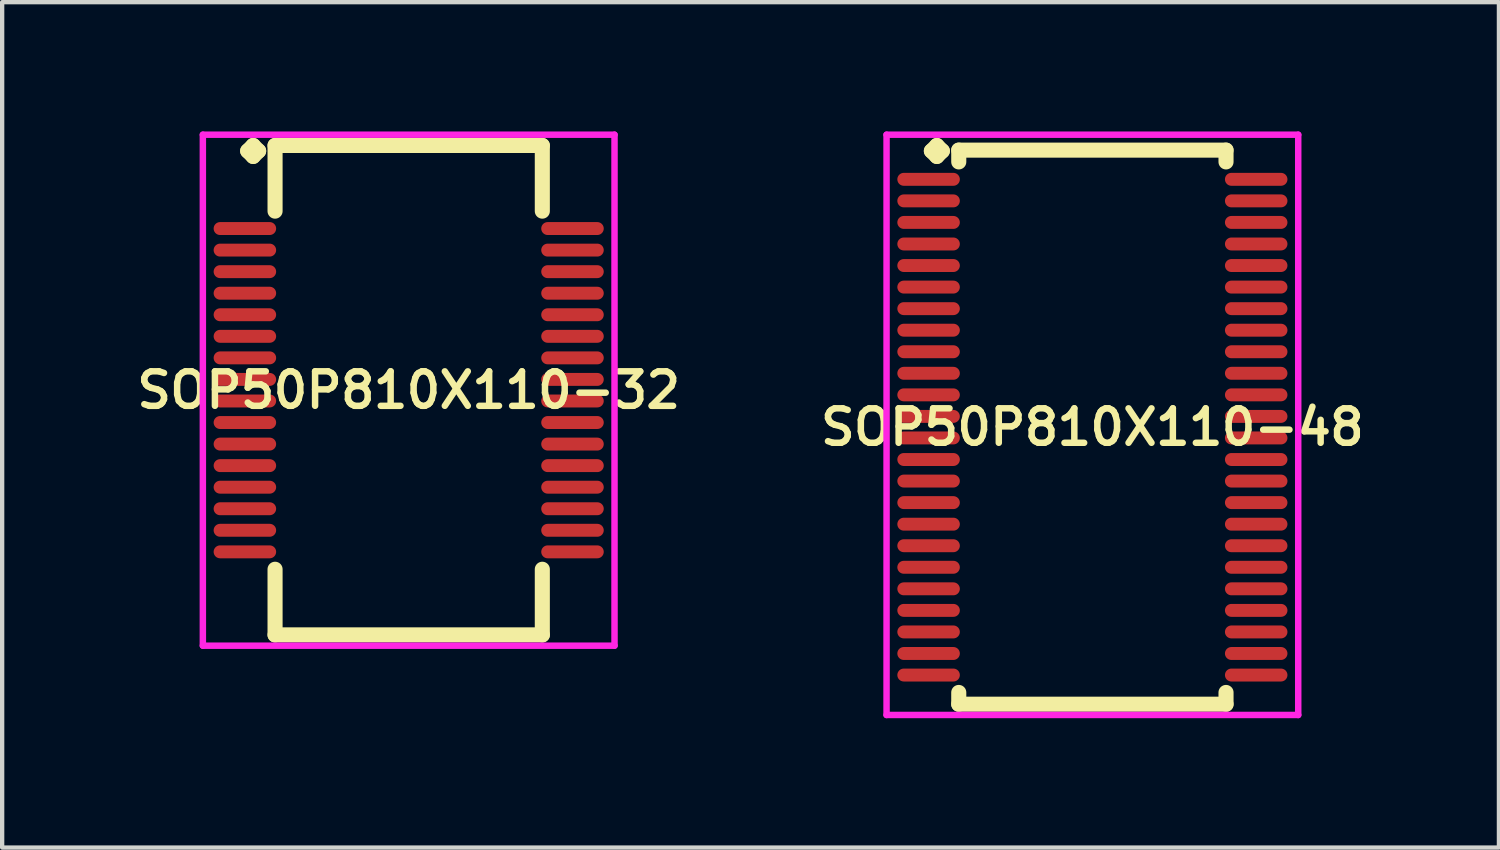
<source format=kicad_pcb>
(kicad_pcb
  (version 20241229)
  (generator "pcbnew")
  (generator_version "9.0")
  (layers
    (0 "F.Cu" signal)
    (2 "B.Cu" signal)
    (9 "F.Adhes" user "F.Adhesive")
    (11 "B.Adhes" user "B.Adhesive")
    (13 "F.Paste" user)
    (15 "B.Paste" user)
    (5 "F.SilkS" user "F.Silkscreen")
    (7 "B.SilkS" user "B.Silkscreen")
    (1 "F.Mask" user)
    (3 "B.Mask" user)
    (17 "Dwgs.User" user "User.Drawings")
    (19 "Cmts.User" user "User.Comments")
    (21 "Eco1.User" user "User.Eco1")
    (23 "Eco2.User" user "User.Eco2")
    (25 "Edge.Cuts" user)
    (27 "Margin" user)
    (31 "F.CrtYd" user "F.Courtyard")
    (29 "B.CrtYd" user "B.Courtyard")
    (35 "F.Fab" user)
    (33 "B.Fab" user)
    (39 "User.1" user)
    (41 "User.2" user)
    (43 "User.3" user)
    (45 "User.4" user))
  (footprint "SOP50P810X110-32"
    (layer "F.Cu")
    (at 6.431 6.002)
    (property "Reference" "SOP50P810X110-32" (at 0 0 0) (layer "F.SilkS") (effects (font (size 0.8 0.8) (thickness 0.15))))
    (attr smd)
    (fp_line (start -3.735 -5.55) (end -3.608 -5.677) (stroke (width 0.35) (type solid)) (layer "F.SilkS"))
    (fp_line (start -3.608 -5.677) (end -3.481 -5.55) (stroke (width 0.35) (type solid)) (layer "F.SilkS"))
    (fp_line (start -3.608 -5.423) (end -3.735 -5.55) (stroke (width 0.35) (type solid)) (layer "F.SilkS"))
    (fp_line (start -3.481 -5.55) (end -3.608 -5.423) (stroke (width 0.35) (type solid)) (layer "F.SilkS"))
    (fp_line (start -3.1 -5.677) (end 3.1 -5.677) (stroke (width 0.35) (type solid)) (layer "F.SilkS"))
    (fp_line (start -3.1 -4.154) (end -3.1 -5.677) (stroke (width 0.35) (type solid)) (layer "F.SilkS"))
    (fp_line (start -3.1 4.154) (end -3.1 5.677) (stroke (width 0.35) (type solid)) (layer "F.SilkS"))
    (fp_line (start -3.1 5.677) (end 3.1 5.677) (stroke (width 0.35) (type solid)) (layer "F.SilkS"))
    (fp_line (start 3.1 -5.677) (end 3.1 -4.154) (stroke (width 0.35) (type solid)) (layer "F.SilkS"))
    (fp_line (start 3.1 5.677) (end 3.1 4.154) (stroke (width 0.35) (type solid)) (layer "F.SilkS"))
    (fp_line (start -4.775 -5.927) (end 4.775 -5.927) (stroke (width 0.15) (type solid)) (layer "F.CrtYd"))
    (fp_line (start -4.775 5.927) (end -4.775 -5.927) (stroke (width 0.15) (type solid)) (layer "F.CrtYd"))
    (fp_line (start 4.775 -5.927) (end 4.775 5.927) (stroke (width 0.15) (type solid)) (layer "F.CrtYd"))
    (fp_line (start 4.775 5.927) (end -4.775 5.927) (stroke (width 0.15) (type solid)) (layer "F.CrtYd"))
    (pad "1" smd oval (at -3.8 -3.75) (size 1.45 0.3) (layers "F.Cu" "F.Mask" "F.Paste"))
    (pad "2" smd oval (at -3.8 -3.25) (size 1.45 0.3) (layers "F.Cu" "F.Mask" "F.Paste"))
    (pad "3" smd oval (at -3.8 -2.75) (size 1.45 0.3) (layers "F.Cu" "F.Mask" "F.Paste"))
    (pad "4" smd oval (at -3.8 -2.25) (size 1.45 0.3) (layers "F.Cu" "F.Mask" "F.Paste"))
    (pad "5" smd oval (at -3.8 -1.75) (size 1.45 0.3) (layers "F.Cu" "F.Mask" "F.Paste"))
    (pad "6" smd oval (at -3.8 -1.25) (size 1.45 0.3) (layers "F.Cu" "F.Mask" "F.Paste"))
    (pad "7" smd oval (at -3.8 -0.75) (size 1.45 0.3) (layers "F.Cu" "F.Mask" "F.Paste"))
    (pad "8" smd oval (at -3.8 -0.25) (size 1.45 0.3) (layers "F.Cu" "F.Mask" "F.Paste"))
    (pad "9" smd oval (at -3.8 0.25) (size 1.45 0.3) (layers "F.Cu" "F.Mask" "F.Paste"))
    (pad "10" smd oval (at -3.8 0.75) (size 1.45 0.3) (layers "F.Cu" "F.Mask" "F.Paste"))
    (pad "11" smd oval (at -3.8 1.25) (size 1.45 0.3) (layers "F.Cu" "F.Mask" "F.Paste"))
    (pad "12" smd oval (at -3.8 1.75) (size 1.45 0.3) (layers "F.Cu" "F.Mask" "F.Paste"))
    (pad "13" smd oval (at -3.8 2.25) (size 1.45 0.3) (layers "F.Cu" "F.Mask" "F.Paste"))
    (pad "14" smd oval (at -3.8 2.75) (size 1.45 0.3) (layers "F.Cu" "F.Mask" "F.Paste"))
    (pad "15" smd oval (at -3.8 3.25) (size 1.45 0.3) (layers "F.Cu" "F.Mask" "F.Paste"))
    (pad "16" smd oval (at -3.8 3.75) (size 1.45 0.3) (layers "F.Cu" "F.Mask" "F.Paste"))
    (pad "17" smd oval (at 3.8 3.75) (size 1.45 0.3) (layers "F.Cu" "F.Mask" "F.Paste"))
    (pad "18" smd oval (at 3.8 3.25) (size 1.45 0.3) (layers "F.Cu" "F.Mask" "F.Paste"))
    (pad "19" smd oval (at 3.8 2.75) (size 1.45 0.3) (layers "F.Cu" "F.Mask" "F.Paste"))
    (pad "20" smd oval (at 3.8 2.25) (size 1.45 0.3) (layers "F.Cu" "F.Mask" "F.Paste"))
    (pad "21" smd oval (at 3.8 1.75) (size 1.45 0.3) (layers "F.Cu" "F.Mask" "F.Paste"))
    (pad "22" smd oval (at 3.8 1.25) (size 1.45 0.3) (layers "F.Cu" "F.Mask" "F.Paste"))
    (pad "23" smd oval (at 3.8 0.75) (size 1.45 0.3) (layers "F.Cu" "F.Mask" "F.Paste"))
    (pad "24" smd oval (at 3.8 0.25) (size 1.45 0.3) (layers "F.Cu" "F.Mask" "F.Paste"))
    (pad "25" smd oval (at 3.8 -0.25) (size 1.45 0.3) (layers "F.Cu" "F.Mask" "F.Paste"))
    (pad "26" smd oval (at 3.8 -0.75) (size 1.45 0.3) (layers "F.Cu" "F.Mask" "F.Paste"))
    (pad "27" smd oval (at 3.8 -1.25) (size 1.45 0.3) (layers "F.Cu" "F.Mask" "F.Paste"))
    (pad "28" smd oval (at 3.8 -1.75) (size 1.45 0.3) (layers "F.Cu" "F.Mask" "F.Paste"))
    (pad "29" smd oval (at 3.8 -2.25) (size 1.45 0.3) (layers "F.Cu" "F.Mask" "F.Paste"))
    (pad "30" smd oval (at 3.8 -2.75) (size 1.45 0.3) (layers "F.Cu" "F.Mask" "F.Paste"))
    (pad "31" smd oval (at 3.8 -3.25) (size 1.45 0.3) (layers "F.Cu" "F.Mask" "F.Paste"))
    (pad "32" smd oval (at 3.8 -3.75) (size 1.45 0.3) (layers "F.Cu" "F.Mask" "F.Paste")))
  (footprint "SOP50P810X110-48"
    (layer "F.Cu")
    (at 22.292 6.86)
    (property "Reference" "SOP50P810X110-48" (at 0 0 0) (layer "F.SilkS") (effects (font (size 0.8 0.8) (thickness 0.15))))
    (attr smd)
    (fp_line (start -3.735 -6.408) (end -3.608 -6.535) (stroke (width 0.35) (type solid)) (layer "F.SilkS"))
    (fp_line (start -3.608 -6.535) (end -3.481 -6.408) (stroke (width 0.35) (type solid)) (layer "F.SilkS"))
    (fp_line (start -3.608 -6.281) (end -3.735 -6.408) (stroke (width 0.35) (type solid)) (layer "F.SilkS"))
    (fp_line (start -3.481 -6.408) (end -3.608 -6.281) (stroke (width 0.35) (type solid)) (layer "F.SilkS"))
    (fp_line (start -3.1 -6.427) (end 3.1 -6.427) (stroke (width 0.35) (type solid)) (layer "F.SilkS"))
    (fp_line (start -3.1 -6.154) (end -3.1 -6.427) (stroke (width 0.35) (type solid)) (layer "F.SilkS"))
    (fp_line (start -3.1 6.154) (end -3.1 6.427) (stroke (width 0.35) (type solid)) (layer "F.SilkS"))
    (fp_line (start -3.1 6.427) (end 3.1 6.427) (stroke (width 0.35) (type solid)) (layer "F.SilkS"))
    (fp_line (start 3.1 -6.427) (end 3.1 -6.154) (stroke (width 0.35) (type solid)) (layer "F.SilkS"))
    (fp_line (start 3.1 6.427) (end 3.1 6.154) (stroke (width 0.35) (type solid)) (layer "F.SilkS"))
    (fp_line (start -4.775 -6.785) (end 4.775 -6.785) (stroke (width 0.15) (type solid)) (layer "F.CrtYd"))
    (fp_line (start -4.775 6.677) (end -4.775 -6.785) (stroke (width 0.15) (type solid)) (layer "F.CrtYd"))
    (fp_line (start 4.775 -6.785) (end 4.775 6.677) (stroke (width 0.15) (type solid)) (layer "F.CrtYd"))
    (fp_line (start 4.775 6.677) (end -4.775 6.677) (stroke (width 0.15) (type solid)) (layer "F.CrtYd"))
    (pad "1" smd oval (at -3.8 -5.75) (size 1.45 0.3) (layers "F.Cu" "F.Mask" "F.Paste"))
    (pad "2" smd oval (at -3.8 -5.25) (size 1.45 0.3) (layers "F.Cu" "F.Mask" "F.Paste"))
    (pad "3" smd oval (at -3.8 -4.75) (size 1.45 0.3) (layers "F.Cu" "F.Mask" "F.Paste"))
    (pad "4" smd oval (at -3.8 -4.25) (size 1.45 0.3) (layers "F.Cu" "F.Mask" "F.Paste"))
    (pad "5" smd oval (at -3.8 -3.75) (size 1.45 0.3) (layers "F.Cu" "F.Mask" "F.Paste"))
    (pad "6" smd oval (at -3.8 -3.25) (size 1.45 0.3) (layers "F.Cu" "F.Mask" "F.Paste"))
    (pad "7" smd oval (at -3.8 -2.75) (size 1.45 0.3) (layers "F.Cu" "F.Mask" "F.Paste"))
    (pad "8" smd oval (at -3.8 -2.25) (size 1.45 0.3) (layers "F.Cu" "F.Mask" "F.Paste"))
    (pad "9" smd oval (at -3.8 -1.75) (size 1.45 0.3) (layers "F.Cu" "F.Mask" "F.Paste"))
    (pad "10" smd oval (at -3.8 -1.25) (size 1.45 0.3) (layers "F.Cu" "F.Mask" "F.Paste"))
    (pad "11" smd oval (at -3.8 -0.75) (size 1.45 0.3) (layers "F.Cu" "F.Mask" "F.Paste"))
    (pad "12" smd oval (at -3.8 -0.25) (size 1.45 0.3) (layers "F.Cu" "F.Mask" "F.Paste"))
    (pad "13" smd oval (at -3.8 0.25) (size 1.45 0.3) (layers "F.Cu" "F.Mask" "F.Paste"))
    (pad "14" smd oval (at -3.8 0.75) (size 1.45 0.3) (layers "F.Cu" "F.Mask" "F.Paste"))
    (pad "15" smd oval (at -3.8 1.25) (size 1.45 0.3) (layers "F.Cu" "F.Mask" "F.Paste"))
    (pad "16" smd oval (at -3.8 1.75) (size 1.45 0.3) (layers "F.Cu" "F.Mask" "F.Paste"))
    (pad "17" smd oval (at -3.8 2.25) (size 1.45 0.3) (layers "F.Cu" "F.Mask" "F.Paste"))
    (pad "18" smd oval (at -3.8 2.75) (size 1.45 0.3) (layers "F.Cu" "F.Mask" "F.Paste"))
    (pad "19" smd oval (at -3.8 3.25) (size 1.45 0.3) (layers "F.Cu" "F.Mask" "F.Paste"))
    (pad "20" smd oval (at -3.8 3.75) (size 1.45 0.3) (layers "F.Cu" "F.Mask" "F.Paste"))
    (pad "21" smd oval (at -3.8 4.25) (size 1.45 0.3) (layers "F.Cu" "F.Mask" "F.Paste"))
    (pad "22" smd oval (at -3.8 4.75) (size 1.45 0.3) (layers "F.Cu" "F.Mask" "F.Paste"))
    (pad "23" smd oval (at -3.8 5.25) (size 1.45 0.3) (layers "F.Cu" "F.Mask" "F.Paste"))
    (pad "24" smd oval (at -3.8 5.75) (size 1.45 0.3) (layers "F.Cu" "F.Mask" "F.Paste"))
    (pad "25" smd oval (at 3.8 5.75) (size 1.45 0.3) (layers "F.Cu" "F.Mask" "F.Paste"))
    (pad "26" smd oval (at 3.8 5.25) (size 1.45 0.3) (layers "F.Cu" "F.Mask" "F.Paste"))
    (pad "27" smd oval (at 3.8 4.75) (size 1.45 0.3) (layers "F.Cu" "F.Mask" "F.Paste"))
    (pad "28" smd oval (at 3.8 4.25) (size 1.45 0.3) (layers "F.Cu" "F.Mask" "F.Paste"))
    (pad "29" smd oval (at 3.8 3.75) (size 1.45 0.3) (layers "F.Cu" "F.Mask" "F.Paste"))
    (pad "30" smd oval (at 3.8 3.25) (size 1.45 0.3) (layers "F.Cu" "F.Mask" "F.Paste"))
    (pad "31" smd oval (at 3.8 2.75) (size 1.45 0.3) (layers "F.Cu" "F.Mask" "F.Paste"))
    (pad "32" smd oval (at 3.8 2.25) (size 1.45 0.3) (layers "F.Cu" "F.Mask" "F.Paste"))
    (pad "33" smd oval (at 3.8 1.75) (size 1.45 0.3) (layers "F.Cu" "F.Mask" "F.Paste"))
    (pad "34" smd oval (at 3.8 1.25) (size 1.45 0.3) (layers "F.Cu" "F.Mask" "F.Paste"))
    (pad "35" smd oval (at 3.8 0.75) (size 1.45 0.3) (layers "F.Cu" "F.Mask" "F.Paste"))
    (pad "36" smd oval (at 3.8 0.25) (size 1.45 0.3) (layers "F.Cu" "F.Mask" "F.Paste"))
    (pad "37" smd oval (at 3.8 -0.25) (size 1.45 0.3) (layers "F.Cu" "F.Mask" "F.Paste"))
    (pad "38" smd oval (at 3.8 -0.75) (size 1.45 0.3) (layers "F.Cu" "F.Mask" "F.Paste"))
    (pad "39" smd oval (at 3.8 -1.25) (size 1.45 0.3) (layers "F.Cu" "F.Mask" "F.Paste"))
    (pad "40" smd oval (at 3.8 -1.75) (size 1.45 0.3) (layers "F.Cu" "F.Mask" "F.Paste"))
    (pad "41" smd oval (at 3.8 -2.25) (size 1.45 0.3) (layers "F.Cu" "F.Mask" "F.Paste"))
    (pad "42" smd oval (at 3.8 -2.75) (size 1.45 0.3) (layers "F.Cu" "F.Mask" "F.Paste"))
    (pad "43" smd oval (at 3.8 -3.25) (size 1.45 0.3) (layers "F.Cu" "F.Mask" "F.Paste"))
    (pad "44" smd oval (at 3.8 -3.75) (size 1.45 0.3) (layers "F.Cu" "F.Mask" "F.Paste"))
    (pad "45" smd oval (at 3.8 -4.25) (size 1.45 0.3) (layers "F.Cu" "F.Mask" "F.Paste"))
    (pad "46" smd oval (at 3.8 -4.75) (size 1.45 0.3) (layers "F.Cu" "F.Mask" "F.Paste"))
    (pad "47" smd oval (at 3.8 -5.25) (size 1.45 0.3) (layers "F.Cu" "F.Mask" "F.Paste"))
    (pad "48" smd oval (at 3.8 -5.75) (size 1.45 0.3) (layers "F.Cu" "F.Mask" "F.Paste")))
  (gr_rect
    (start -3 -3)
    (end 31.723 16.612)
    (stroke (width 0.1) (type default))
    (fill no)
    (layer "Edge.Cuts")))
</source>
